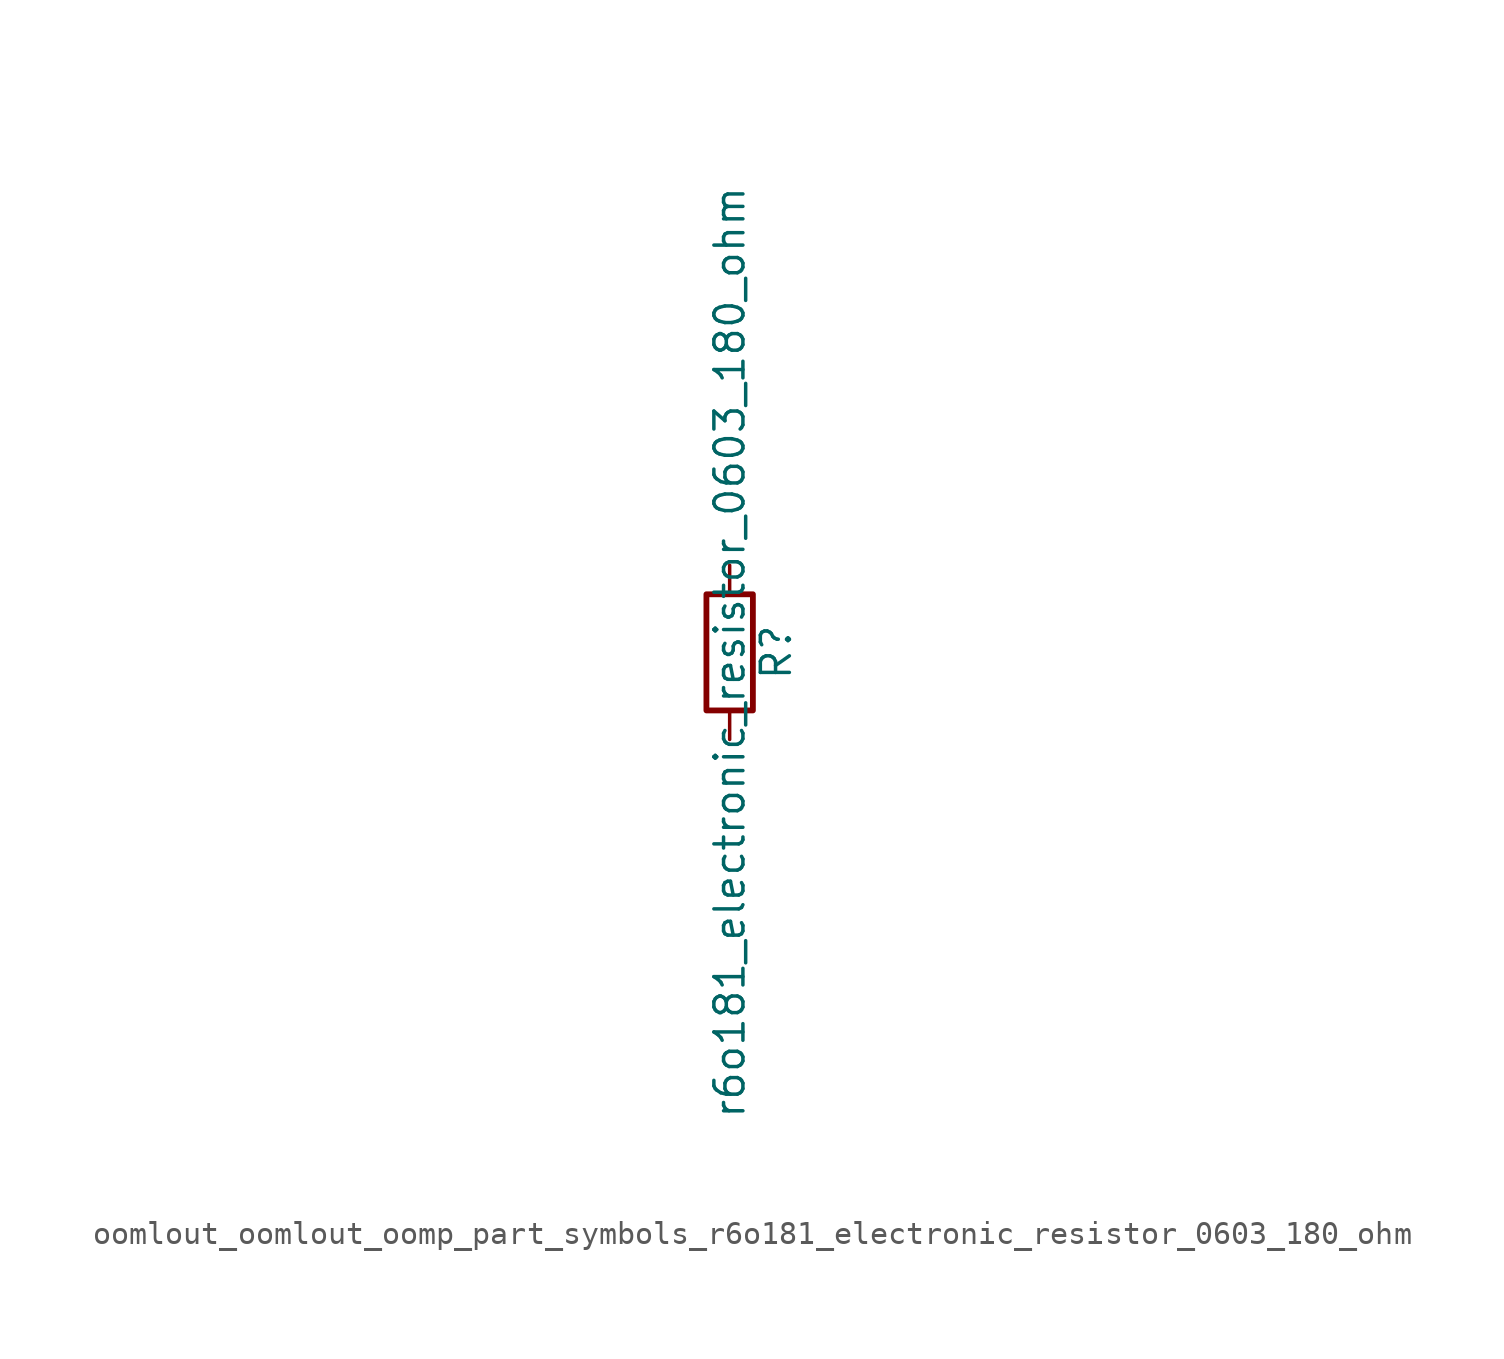
<source format=kicad_sym>
(kicad_symbol_lib
  (version 20220914)
  (generator kicad_symbol_editor)
  (symbol "oomlout_oomlout_oomp_part_symbols_r6o181_electronic_resistor_0603_180_ohm"
    (pin_numbers hide)
    (pin_names
      (offset 0))
    (property "Reference" "R"
      (at 2.032 0 90)
      (effects (font (size 1.27 1.27))))
    (property "Value" "r6o181_electronic_resistor_0603_180_ohm"
      (at 0 0 90)
      (effects (font (size 1.27 1.27))))
    (symbol "oomlout_oomlout_oomp_part_symbols_r6o181_electronic_resistor_0603_180_ohm_0_1"
      (rectangle (start -1.016 -2.54) (end 1.016 2.54) (stroke (width 0.254) (type default)) (fill (type none))))
    (symbol "oomlout_oomlout_oomp_part_symbols_r6o181_electronic_resistor_0603_180_ohm_1_1"
      (pin passive line (at 0 3.81 270) (length 1.27) (name "~" (effects (font (size 1.27 1.27)))) (number "1" (effects (font (size 1.27 1.27)))))
      (pin passive line (at 0 -3.81 90) (length 1.27) (name "~" (effects (font (size 1.27 1.27)))) (number "2" (effects (font (size 1.27 1.27))))))))
</source>
